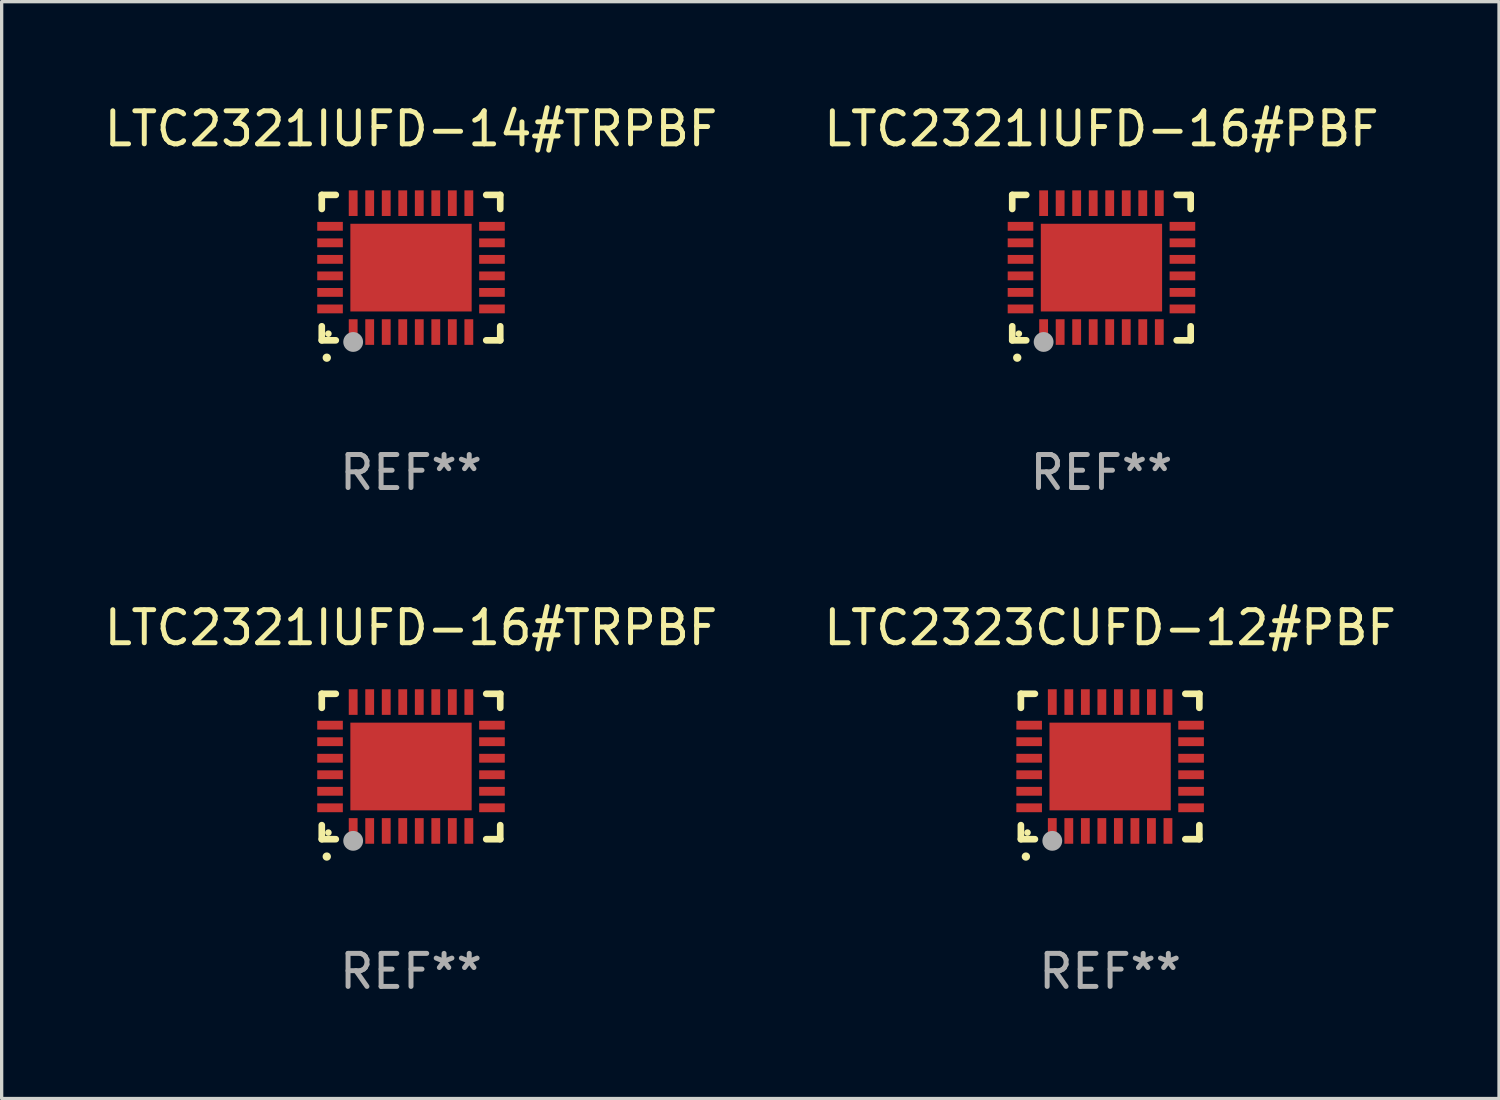
<source format=kicad_pcb>
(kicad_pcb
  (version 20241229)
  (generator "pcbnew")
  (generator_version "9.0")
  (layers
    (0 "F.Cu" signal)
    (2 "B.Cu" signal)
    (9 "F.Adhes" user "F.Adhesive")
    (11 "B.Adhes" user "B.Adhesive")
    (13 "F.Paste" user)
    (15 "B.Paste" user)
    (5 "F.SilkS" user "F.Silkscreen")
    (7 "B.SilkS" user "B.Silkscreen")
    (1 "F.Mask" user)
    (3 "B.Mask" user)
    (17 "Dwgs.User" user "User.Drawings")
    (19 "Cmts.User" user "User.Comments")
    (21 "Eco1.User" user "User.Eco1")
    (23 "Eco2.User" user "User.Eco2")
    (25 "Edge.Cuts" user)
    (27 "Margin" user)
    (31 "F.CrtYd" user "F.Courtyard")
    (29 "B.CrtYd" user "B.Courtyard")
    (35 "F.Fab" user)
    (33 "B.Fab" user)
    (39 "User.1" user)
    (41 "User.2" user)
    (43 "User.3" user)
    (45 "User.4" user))
  (footprint "LTC2321IUFD-16#TRPBF"
    (layer "F.Cu")
    (at 9.387 20.144)
    (property "Reference" "LTC2321IUFD-16#TRPBF" (at 0 -4.2 0) (layer "F.SilkS") (effects (font (size 1 1) (thickness 0.15))))
    (attr through_hole)
    (fp_line (start -2.7 -2.2) (end -2.276 -2.2) (stroke (width 0.201) (type solid)) (layer "F.SilkS"))
    (fp_line (start -2.7 -1.775) (end -2.7 -2.2) (stroke (width 0.201) (type solid)) (layer "F.SilkS"))
    (fp_line (start -2.7 2.2) (end -2.7 1.775) (stroke (width 0.201) (type solid)) (layer "F.SilkS"))
    (fp_line (start -2.276 2.2) (end -2.7 2.2) (stroke (width 0.201) (type solid)) (layer "F.SilkS"))
    (fp_line (start 2.276 2.2) (end 2.7 2.2) (stroke (width 0.201) (type solid)) (layer "F.SilkS"))
    (fp_line (start 2.7 -2.2) (end 2.276 -2.2) (stroke (width 0.201) (type solid)) (layer "F.SilkS"))
    (fp_line (start 2.7 -1.775) (end 2.7 -2.2) (stroke (width 0.201) (type solid)) (layer "F.SilkS"))
    (fp_line (start 2.7 2.2) (end 2.7 1.775) (stroke (width 0.201) (type solid)) (layer "F.SilkS"))
    (fp_arc (start -2.550165 2.725425) (mid -2.548895 2.725419) (end -2.547625 2.725425) (stroke (width 0.24892) (type solid)) (layer "F.SilkS"))
    (fp_circle (center -2.5 2) (end -2.45 2) (stroke (width 0.1) (type solid)) (fill no) (layer "F.SilkS"))
    (fp_circle (center -1.75 2.25) (end -1.6 2.25) (stroke (width 0.3) (type solid)) (fill no) (layer "F.Fab"))
    (fp_text user "REF**" (at 0 6.2 0) (layer "F.Fab") (effects (font (size 1 1) (thickness 0.15))))
    (pad "1" smd rect (at -1.75 1.95) (size 0.267 0.775) (layers "F.Cu" "F.Mask" "F.Paste"))
    (pad "2" smd rect (at -1.25 1.95) (size 0.267 0.775) (layers "F.Cu" "F.Mask" "F.Paste"))
    (pad "3" smd rect (at -0.75 1.95) (size 0.267 0.775) (layers "F.Cu" "F.Mask" "F.Paste"))
    (pad "4" smd rect (at -0.25 1.95) (size 0.267 0.775) (layers "F.Cu" "F.Mask" "F.Paste"))
    (pad "5" smd rect (at 0.25 1.95) (size 0.267 0.775) (layers "F.Cu" "F.Mask" "F.Paste"))
    (pad "6" smd rect (at 0.75 1.95) (size 0.267 0.775) (layers "F.Cu" "F.Mask" "F.Paste"))
    (pad "7" smd rect (at 1.25 1.95) (size 0.267 0.775) (layers "F.Cu" "F.Mask" "F.Paste"))
    (pad "8" smd rect (at 1.75 1.95) (size 0.267 0.775) (layers "F.Cu" "F.Mask" "F.Paste"))
    (pad "9" smd rect (at 2.45 1.25) (size 0.775 0.267) (layers "F.Cu" "F.Mask" "F.Paste"))
    (pad "10" smd rect (at 2.45 0.75) (size 0.775 0.267) (layers "F.Cu" "F.Mask" "F.Paste"))
    (pad "11" smd rect (at 2.45 0.25) (size 0.775 0.267) (layers "F.Cu" "F.Mask" "F.Paste"))
    (pad "12" smd rect (at 2.45 -0.25) (size 0.775 0.267) (layers "F.Cu" "F.Mask" "F.Paste"))
    (pad "13" smd rect (at 2.45 -0.75) (size 0.775 0.267) (layers "F.Cu" "F.Mask" "F.Paste"))
    (pad "14" smd rect (at 2.45 -1.25) (size 0.775 0.267) (layers "F.Cu" "F.Mask" "F.Paste"))
    (pad "15" smd rect (at 1.75 -1.95) (size 0.267 0.775) (layers "F.Cu" "F.Mask" "F.Paste"))
    (pad "16" smd rect (at 1.25 -1.95) (size 0.267 0.775) (layers "F.Cu" "F.Mask" "F.Paste"))
    (pad "17" smd rect (at 0.75 -1.95) (size 0.267 0.775) (layers "F.Cu" "F.Mask" "F.Paste"))
    (pad "18" smd rect (at 0.25 -1.95) (size 0.267 0.775) (layers "F.Cu" "F.Mask" "F.Paste"))
    (pad "19" smd rect (at -0.25 -1.95) (size 0.267 0.775) (layers "F.Cu" "F.Mask" "F.Paste"))
    (pad "20" smd rect (at -0.75 -1.95) (size 0.267 0.775) (layers "F.Cu" "F.Mask" "F.Paste"))
    (pad "21" smd rect (at -1.25 -1.95) (size 0.267 0.775) (layers "F.Cu" "F.Mask" "F.Paste"))
    (pad "22" smd rect (at -1.75 -1.95) (size 0.267 0.775) (layers "F.Cu" "F.Mask" "F.Paste"))
    (pad "23" smd rect (at -2.45 -1.25) (size 0.775 0.267) (layers "F.Cu" "F.Mask" "F.Paste"))
    (pad "24" smd rect (at -2.45 -0.75) (size 0.775 0.267) (layers "F.Cu" "F.Mask" "F.Paste"))
    (pad "25" smd rect (at -2.45 -0.25) (size 0.775 0.267) (layers "F.Cu" "F.Mask" "F.Paste"))
    (pad "26" smd rect (at -2.45 0.25) (size 0.775 0.267) (layers "F.Cu" "F.Mask" "F.Paste"))
    (pad "27" smd rect (at -2.45 0.75) (size 0.775 0.267) (layers "F.Cu" "F.Mask" "F.Paste"))
    (pad "28" smd rect (at -2.45 1.25) (size 0.775 0.267) (layers "F.Cu" "F.Mask" "F.Paste"))
    (pad "29" smd rect (at 0.000127 0.000127) (size 3.67 2.654) (layers "F.Cu" "F.Mask" "F.Paste")))
  (footprint "LTC2321IUFD-14#TRPBF"
    (layer "F.Cu")
    (at 9.387 5.048)
    (property "Reference" "LTC2321IUFD-14#TRPBF" (at 0 -4.2 0) (layer "F.SilkS") (effects (font (size 1 1) (thickness 0.15))))
    (attr through_hole)
    (fp_line (start -2.7 -2.2) (end -2.276 -2.2) (stroke (width 0.201) (type solid)) (layer "F.SilkS"))
    (fp_line (start -2.7 -1.775) (end -2.7 -2.2) (stroke (width 0.201) (type solid)) (layer "F.SilkS"))
    (fp_line (start -2.7 2.2) (end -2.7 1.775) (stroke (width 0.201) (type solid)) (layer "F.SilkS"))
    (fp_line (start -2.276 2.2) (end -2.7 2.2) (stroke (width 0.201) (type solid)) (layer "F.SilkS"))
    (fp_line (start 2.276 2.2) (end 2.7 2.2) (stroke (width 0.201) (type solid)) (layer "F.SilkS"))
    (fp_line (start 2.7 -2.2) (end 2.276 -2.2) (stroke (width 0.201) (type solid)) (layer "F.SilkS"))
    (fp_line (start 2.7 -1.775) (end 2.7 -2.2) (stroke (width 0.201) (type solid)) (layer "F.SilkS"))
    (fp_line (start 2.7 2.2) (end 2.7 1.775) (stroke (width 0.201) (type solid)) (layer "F.SilkS"))
    (fp_arc (start -2.550165 2.725425) (mid -2.548895 2.725419) (end -2.547625 2.725425) (stroke (width 0.24892) (type solid)) (layer "F.SilkS"))
    (fp_circle (center -2.5 2) (end -2.45 2) (stroke (width 0.1) (type solid)) (fill no) (layer "F.SilkS"))
    (fp_circle (center -1.75 2.25) (end -1.6 2.25) (stroke (width 0.3) (type solid)) (fill no) (layer "F.Fab"))
    (fp_text user "REF**" (at 0 6.2 0) (layer "F.Fab") (effects (font (size 1 1) (thickness 0.15))))
    (pad "1" smd rect (at -1.75 1.95) (size 0.267 0.775) (layers "F.Cu" "F.Mask" "F.Paste"))
    (pad "2" smd rect (at -1.25 1.95) (size 0.267 0.775) (layers "F.Cu" "F.Mask" "F.Paste"))
    (pad "3" smd rect (at -0.75 1.95) (size 0.267 0.775) (layers "F.Cu" "F.Mask" "F.Paste"))
    (pad "4" smd rect (at -0.25 1.95) (size 0.267 0.775) (layers "F.Cu" "F.Mask" "F.Paste"))
    (pad "5" smd rect (at 0.25 1.95) (size 0.267 0.775) (layers "F.Cu" "F.Mask" "F.Paste"))
    (pad "6" smd rect (at 0.75 1.95) (size 0.267 0.775) (layers "F.Cu" "F.Mask" "F.Paste"))
    (pad "7" smd rect (at 1.25 1.95) (size 0.267 0.775) (layers "F.Cu" "F.Mask" "F.Paste"))
    (pad "8" smd rect (at 1.75 1.95) (size 0.267 0.775) (layers "F.Cu" "F.Mask" "F.Paste"))
    (pad "9" smd rect (at 2.45 1.25) (size 0.775 0.267) (layers "F.Cu" "F.Mask" "F.Paste"))
    (pad "10" smd rect (at 2.45 0.75) (size 0.775 0.267) (layers "F.Cu" "F.Mask" "F.Paste"))
    (pad "11" smd rect (at 2.45 0.25) (size 0.775 0.267) (layers "F.Cu" "F.Mask" "F.Paste"))
    (pad "12" smd rect (at 2.45 -0.25) (size 0.775 0.267) (layers "F.Cu" "F.Mask" "F.Paste"))
    (pad "13" smd rect (at 2.45 -0.75) (size 0.775 0.267) (layers "F.Cu" "F.Mask" "F.Paste"))
    (pad "14" smd rect (at 2.45 -1.25) (size 0.775 0.267) (layers "F.Cu" "F.Mask" "F.Paste"))
    (pad "15" smd rect (at 1.75 -1.95) (size 0.267 0.775) (layers "F.Cu" "F.Mask" "F.Paste"))
    (pad "16" smd rect (at 1.25 -1.95) (size 0.267 0.775) (layers "F.Cu" "F.Mask" "F.Paste"))
    (pad "17" smd rect (at 0.75 -1.95) (size 0.267 0.775) (layers "F.Cu" "F.Mask" "F.Paste"))
    (pad "18" smd rect (at 0.25 -1.95) (size 0.267 0.775) (layers "F.Cu" "F.Mask" "F.Paste"))
    (pad "19" smd rect (at -0.25 -1.95) (size 0.267 0.775) (layers "F.Cu" "F.Mask" "F.Paste"))
    (pad "20" smd rect (at -0.75 -1.95) (size 0.267 0.775) (layers "F.Cu" "F.Mask" "F.Paste"))
    (pad "21" smd rect (at -1.25 -1.95) (size 0.267 0.775) (layers "F.Cu" "F.Mask" "F.Paste"))
    (pad "22" smd rect (at -1.75 -1.95) (size 0.267 0.775) (layers "F.Cu" "F.Mask" "F.Paste"))
    (pad "23" smd rect (at -2.45 -1.25) (size 0.775 0.267) (layers "F.Cu" "F.Mask" "F.Paste"))
    (pad "24" smd rect (at -2.45 -0.75) (size 0.775 0.267) (layers "F.Cu" "F.Mask" "F.Paste"))
    (pad "25" smd rect (at -2.45 -0.25) (size 0.775 0.267) (layers "F.Cu" "F.Mask" "F.Paste"))
    (pad "26" smd rect (at -2.45 0.25) (size 0.775 0.267) (layers "F.Cu" "F.Mask" "F.Paste"))
    (pad "27" smd rect (at -2.45 0.75) (size 0.775 0.267) (layers "F.Cu" "F.Mask" "F.Paste"))
    (pad "28" smd rect (at -2.45 1.25) (size 0.775 0.267) (layers "F.Cu" "F.Mask" "F.Paste"))
    (pad "29" smd rect (at 0.000127 0.000127) (size 3.67 2.654) (layers "F.Cu" "F.Mask" "F.Paste")))
  (footprint "LTC2323CUFD-12#PBF"
    (layer "F.Cu")
    (at 30.542 20.144)
    (property "Reference" "LTC2323CUFD-12#PBF" (at 0 -4.2 0) (layer "F.SilkS") (effects (font (size 1 1) (thickness 0.15))))
    (attr through_hole)
    (fp_line (start -2.7 -2.2) (end -2.276 -2.2) (stroke (width 0.201) (type solid)) (layer "F.SilkS"))
    (fp_line (start -2.7 -1.775) (end -2.7 -2.2) (stroke (width 0.201) (type solid)) (layer "F.SilkS"))
    (fp_line (start -2.7 2.2) (end -2.7 1.775) (stroke (width 0.201) (type solid)) (layer "F.SilkS"))
    (fp_line (start -2.276 2.2) (end -2.7 2.2) (stroke (width 0.201) (type solid)) (layer "F.SilkS"))
    (fp_line (start 2.276 2.2) (end 2.7 2.2) (stroke (width 0.201) (type solid)) (layer "F.SilkS"))
    (fp_line (start 2.7 -2.2) (end 2.276 -2.2) (stroke (width 0.201) (type solid)) (layer "F.SilkS"))
    (fp_line (start 2.7 -1.775) (end 2.7 -2.2) (stroke (width 0.201) (type solid)) (layer "F.SilkS"))
    (fp_line (start 2.7 2.2) (end 2.7 1.775) (stroke (width 0.201) (type solid)) (layer "F.SilkS"))
    (fp_arc (start -2.550165 2.725425) (mid -2.548895 2.725419) (end -2.547625 2.725425) (stroke (width 0.24892) (type solid)) (layer "F.SilkS"))
    (fp_circle (center -2.5 2) (end -2.45 2) (stroke (width 0.1) (type solid)) (fill no) (layer "F.SilkS"))
    (fp_circle (center -1.75 2.25) (end -1.6 2.25) (stroke (width 0.3) (type solid)) (fill no) (layer "F.Fab"))
    (fp_text user "REF**" (at 0 6.2 0) (layer "F.Fab") (effects (font (size 1 1) (thickness 0.15))))
    (pad "1" smd rect (at -1.75 1.95) (size 0.267 0.775) (layers "F.Cu" "F.Mask" "F.Paste"))
    (pad "2" smd rect (at -1.25 1.95) (size 0.267 0.775) (layers "F.Cu" "F.Mask" "F.Paste"))
    (pad "3" smd rect (at -0.75 1.95) (size 0.267 0.775) (layers "F.Cu" "F.Mask" "F.Paste"))
    (pad "4" smd rect (at -0.25 1.95) (size 0.267 0.775) (layers "F.Cu" "F.Mask" "F.Paste"))
    (pad "5" smd rect (at 0.25 1.95) (size 0.267 0.775) (layers "F.Cu" "F.Mask" "F.Paste"))
    (pad "6" smd rect (at 0.75 1.95) (size 0.267 0.775) (layers "F.Cu" "F.Mask" "F.Paste"))
    (pad "7" smd rect (at 1.25 1.95) (size 0.267 0.775) (layers "F.Cu" "F.Mask" "F.Paste"))
    (pad "8" smd rect (at 1.75 1.95) (size 0.267 0.775) (layers "F.Cu" "F.Mask" "F.Paste"))
    (pad "9" smd rect (at 2.45 1.25) (size 0.775 0.267) (layers "F.Cu" "F.Mask" "F.Paste"))
    (pad "10" smd rect (at 2.45 0.75) (size 0.775 0.267) (layers "F.Cu" "F.Mask" "F.Paste"))
    (pad "11" smd rect (at 2.45 0.25) (size 0.775 0.267) (layers "F.Cu" "F.Mask" "F.Paste"))
    (pad "12" smd rect (at 2.45 -0.25) (size 0.775 0.267) (layers "F.Cu" "F.Mask" "F.Paste"))
    (pad "13" smd rect (at 2.45 -0.75) (size 0.775 0.267) (layers "F.Cu" "F.Mask" "F.Paste"))
    (pad "14" smd rect (at 2.45 -1.25) (size 0.775 0.267) (layers "F.Cu" "F.Mask" "F.Paste"))
    (pad "15" smd rect (at 1.75 -1.95) (size 0.267 0.775) (layers "F.Cu" "F.Mask" "F.Paste"))
    (pad "16" smd rect (at 1.25 -1.95) (size 0.267 0.775) (layers "F.Cu" "F.Mask" "F.Paste"))
    (pad "17" smd rect (at 0.75 -1.95) (size 0.267 0.775) (layers "F.Cu" "F.Mask" "F.Paste"))
    (pad "18" smd rect (at 0.25 -1.95) (size 0.267 0.775) (layers "F.Cu" "F.Mask" "F.Paste"))
    (pad "19" smd rect (at -0.25 -1.95) (size 0.267 0.775) (layers "F.Cu" "F.Mask" "F.Paste"))
    (pad "20" smd rect (at -0.75 -1.95) (size 0.267 0.775) (layers "F.Cu" "F.Mask" "F.Paste"))
    (pad "21" smd rect (at -1.25 -1.95) (size 0.267 0.775) (layers "F.Cu" "F.Mask" "F.Paste"))
    (pad "22" smd rect (at -1.75 -1.95) (size 0.267 0.775) (layers "F.Cu" "F.Mask" "F.Paste"))
    (pad "23" smd rect (at -2.45 -1.25) (size 0.775 0.267) (layers "F.Cu" "F.Mask" "F.Paste"))
    (pad "24" smd rect (at -2.45 -0.75) (size 0.775 0.267) (layers "F.Cu" "F.Mask" "F.Paste"))
    (pad "25" smd rect (at -2.45 -0.25) (size 0.775 0.267) (layers "F.Cu" "F.Mask" "F.Paste"))
    (pad "26" smd rect (at -2.45 0.25) (size 0.775 0.267) (layers "F.Cu" "F.Mask" "F.Paste"))
    (pad "27" smd rect (at -2.45 0.75) (size 0.775 0.267) (layers "F.Cu" "F.Mask" "F.Paste"))
    (pad "28" smd rect (at -2.45 1.25) (size 0.775 0.267) (layers "F.Cu" "F.Mask" "F.Paste"))
    (pad "29" smd rect (at 0.000127 0.000127) (size 3.67 2.654) (layers "F.Cu" "F.Mask" "F.Paste")))
  (footprint "LTC2321IUFD-16#PBF"
    (layer "F.Cu")
    (at 30.28 5.048)
    (property "Reference" "LTC2321IUFD-16#PBF" (at 0 -4.2 0) (layer "F.SilkS") (effects (font (size 1 1) (thickness 0.15))))
    (attr through_hole)
    (fp_line (start -2.7 -2.2) (end -2.276 -2.2) (stroke (width 0.201) (type solid)) (layer "F.SilkS"))
    (fp_line (start -2.7 -1.775) (end -2.7 -2.2) (stroke (width 0.201) (type solid)) (layer "F.SilkS"))
    (fp_line (start -2.7 2.2) (end -2.7 1.775) (stroke (width 0.201) (type solid)) (layer "F.SilkS"))
    (fp_line (start -2.276 2.2) (end -2.7 2.2) (stroke (width 0.201) (type solid)) (layer "F.SilkS"))
    (fp_line (start 2.276 2.2) (end 2.7 2.2) (stroke (width 0.201) (type solid)) (layer "F.SilkS"))
    (fp_line (start 2.7 -2.2) (end 2.276 -2.2) (stroke (width 0.201) (type solid)) (layer "F.SilkS"))
    (fp_line (start 2.7 -1.775) (end 2.7 -2.2) (stroke (width 0.201) (type solid)) (layer "F.SilkS"))
    (fp_line (start 2.7 2.2) (end 2.7 1.775) (stroke (width 0.201) (type solid)) (layer "F.SilkS"))
    (fp_arc (start -2.550165 2.725425) (mid -2.548895 2.725419) (end -2.547625 2.725425) (stroke (width 0.24892) (type solid)) (layer "F.SilkS"))
    (fp_circle (center -2.5 2) (end -2.45 2) (stroke (width 0.1) (type solid)) (fill no) (layer "F.SilkS"))
    (fp_circle (center -1.75 2.25) (end -1.6 2.25) (stroke (width 0.3) (type solid)) (fill no) (layer "F.Fab"))
    (fp_text user "REF**" (at 0 6.2 0) (layer "F.Fab") (effects (font (size 1 1) (thickness 0.15))))
    (pad "1" smd rect (at -1.75 1.95) (size 0.267 0.775) (layers "F.Cu" "F.Mask" "F.Paste"))
    (pad "2" smd rect (at -1.25 1.95) (size 0.267 0.775) (layers "F.Cu" "F.Mask" "F.Paste"))
    (pad "3" smd rect (at -0.75 1.95) (size 0.267 0.775) (layers "F.Cu" "F.Mask" "F.Paste"))
    (pad "4" smd rect (at -0.25 1.95) (size 0.267 0.775) (layers "F.Cu" "F.Mask" "F.Paste"))
    (pad "5" smd rect (at 0.25 1.95) (size 0.267 0.775) (layers "F.Cu" "F.Mask" "F.Paste"))
    (pad "6" smd rect (at 0.75 1.95) (size 0.267 0.775) (layers "F.Cu" "F.Mask" "F.Paste"))
    (pad "7" smd rect (at 1.25 1.95) (size 0.267 0.775) (layers "F.Cu" "F.Mask" "F.Paste"))
    (pad "8" smd rect (at 1.75 1.95) (size 0.267 0.775) (layers "F.Cu" "F.Mask" "F.Paste"))
    (pad "9" smd rect (at 2.45 1.25) (size 0.775 0.267) (layers "F.Cu" "F.Mask" "F.Paste"))
    (pad "10" smd rect (at 2.45 0.75) (size 0.775 0.267) (layers "F.Cu" "F.Mask" "F.Paste"))
    (pad "11" smd rect (at 2.45 0.25) (size 0.775 0.267) (layers "F.Cu" "F.Mask" "F.Paste"))
    (pad "12" smd rect (at 2.45 -0.25) (size 0.775 0.267) (layers "F.Cu" "F.Mask" "F.Paste"))
    (pad "13" smd rect (at 2.45 -0.75) (size 0.775 0.267) (layers "F.Cu" "F.Mask" "F.Paste"))
    (pad "14" smd rect (at 2.45 -1.25) (size 0.775 0.267) (layers "F.Cu" "F.Mask" "F.Paste"))
    (pad "15" smd rect (at 1.75 -1.95) (size 0.267 0.775) (layers "F.Cu" "F.Mask" "F.Paste"))
    (pad "16" smd rect (at 1.25 -1.95) (size 0.267 0.775) (layers "F.Cu" "F.Mask" "F.Paste"))
    (pad "17" smd rect (at 0.75 -1.95) (size 0.267 0.775) (layers "F.Cu" "F.Mask" "F.Paste"))
    (pad "18" smd rect (at 0.25 -1.95) (size 0.267 0.775) (layers "F.Cu" "F.Mask" "F.Paste"))
    (pad "19" smd rect (at -0.25 -1.95) (size 0.267 0.775) (layers "F.Cu" "F.Mask" "F.Paste"))
    (pad "20" smd rect (at -0.75 -1.95) (size 0.267 0.775) (layers "F.Cu" "F.Mask" "F.Paste"))
    (pad "21" smd rect (at -1.25 -1.95) (size 0.267 0.775) (layers "F.Cu" "F.Mask" "F.Paste"))
    (pad "22" smd rect (at -1.75 -1.95) (size 0.267 0.775) (layers "F.Cu" "F.Mask" "F.Paste"))
    (pad "23" smd rect (at -2.45 -1.25) (size 0.775 0.267) (layers "F.Cu" "F.Mask" "F.Paste"))
    (pad "24" smd rect (at -2.45 -0.75) (size 0.775 0.267) (layers "F.Cu" "F.Mask" "F.Paste"))
    (pad "25" smd rect (at -2.45 -0.25) (size 0.775 0.267) (layers "F.Cu" "F.Mask" "F.Paste"))
    (pad "26" smd rect (at -2.45 0.25) (size 0.775 0.267) (layers "F.Cu" "F.Mask" "F.Paste"))
    (pad "27" smd rect (at -2.45 0.75) (size 0.775 0.267) (layers "F.Cu" "F.Mask" "F.Paste"))
    (pad "28" smd rect (at -2.45 1.25) (size 0.775 0.267) (layers "F.Cu" "F.Mask" "F.Paste"))
    (pad "29" smd rect (at 0.000127 0.000127) (size 3.67 2.654) (layers "F.Cu" "F.Mask" "F.Paste")))
  (gr_rect
    (start -3 -3)
    (end 42.31 30.192)
    (stroke (width 0.1) (type default))
    (fill no)
    (layer "Edge.Cuts")))
</source>
